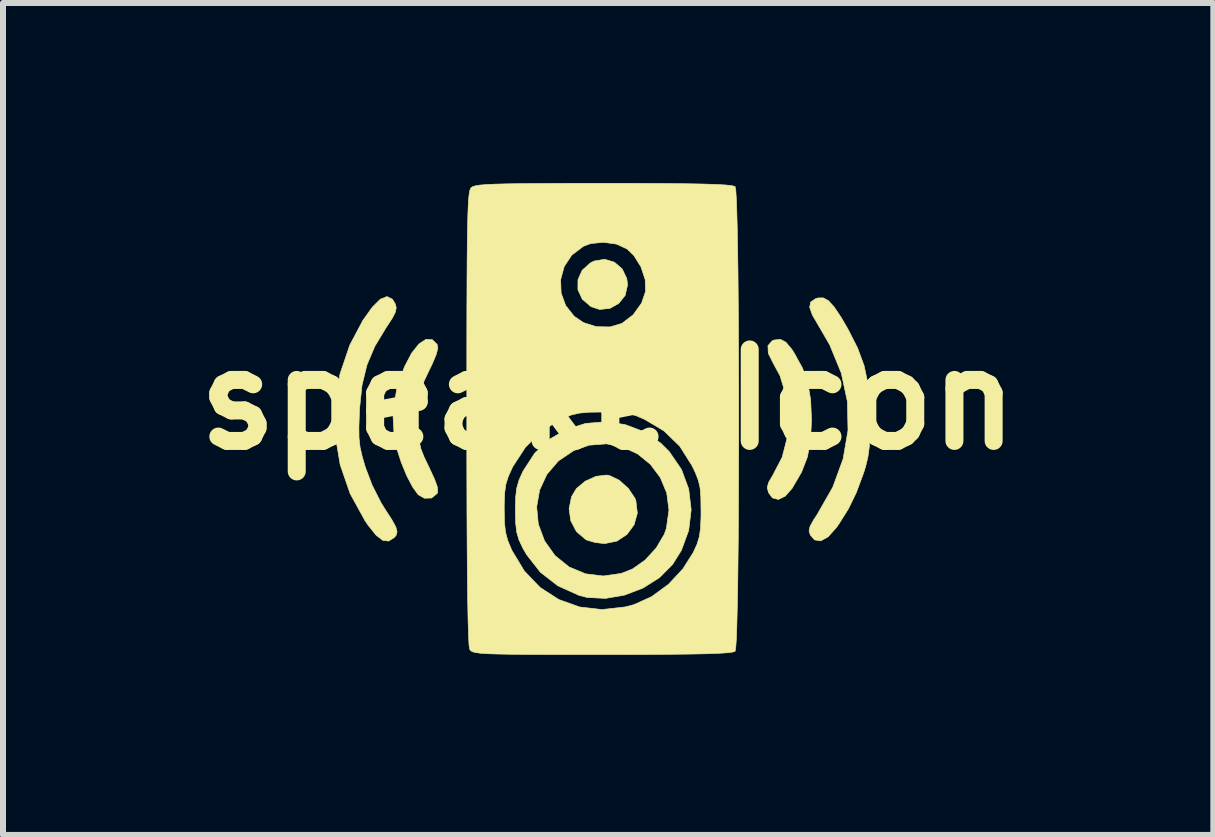
<source format=kicad_pcb>
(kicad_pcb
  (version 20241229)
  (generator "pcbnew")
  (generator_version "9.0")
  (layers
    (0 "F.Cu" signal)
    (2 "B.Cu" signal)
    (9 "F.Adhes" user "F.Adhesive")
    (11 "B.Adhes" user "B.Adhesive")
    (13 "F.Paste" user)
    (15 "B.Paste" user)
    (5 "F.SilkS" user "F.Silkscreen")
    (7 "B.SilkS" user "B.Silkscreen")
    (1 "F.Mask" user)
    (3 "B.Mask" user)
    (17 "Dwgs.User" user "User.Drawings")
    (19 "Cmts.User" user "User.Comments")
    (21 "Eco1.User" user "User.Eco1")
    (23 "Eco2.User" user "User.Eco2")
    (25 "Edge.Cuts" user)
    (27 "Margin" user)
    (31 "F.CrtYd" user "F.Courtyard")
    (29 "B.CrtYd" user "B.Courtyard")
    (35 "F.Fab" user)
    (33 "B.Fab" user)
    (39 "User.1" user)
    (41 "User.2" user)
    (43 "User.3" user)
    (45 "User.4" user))
  (footprint "speakerIcon"
    (layer "F.Cu")
    (at 7.083 3.607)
    (property "Reference" "speakerIcon" (at 0 0 0) (layer "F.SilkS") (effects (font (size 1.524 1.524) (thickness 0.3))))
    (attr through_hole)
    (fp_poly (pts (xy 0.104 -2.288) (xy 0.234 -2.176) (xy 0.311 -2.015) (xy 0.323 -1.909) (xy 0.283 -1.735) (xy 0.176 -1.601) (xy 0.027 -1.518) (xy -0.144 -1.501) (xy -0.287 -1.548) (xy -0.432 -1.673) (xy -0.504 -1.83) (xy -0.503 -1.998) (xy -0.433 -2.154) (xy -0.294 -2.278) (xy -0.233 -2.308) (xy -0.058 -2.337) (xy 0.104 -2.288)) (stroke (width 0.01) (type solid)) (fill yes) (layer "F.SilkS"))
    (fp_poly (pts (xy 0.022 1.266) (xy 0.184 1.344) (xy 0.336 1.481) (xy 0.445 1.643) (xy 0.462 1.687) (xy 0.486 1.893) (xy 0.432 2.086) (xy 0.314 2.247) (xy 0.147 2.358) (xy -0.057 2.4) (xy -0.061 2.4) (xy -0.217 2.382) (xy -0.354 2.342) (xy -0.374 2.332) (xy -0.529 2.2) (xy -0.623 2.02) (xy -0.651 1.818) (xy -0.61 1.618) (xy -0.53 1.484) (xy -0.382 1.36) (xy -0.204 1.28) (xy -0.029 1.258) (xy 0.022 1.266)) (stroke (width 0.01) (type solid)) (fill yes) (layer "F.SilkS"))
    (fp_poly (pts (xy 2.961 -0.955) (xy 3.059 -0.838) (xy 3.101 -0.773) (xy 3.239 -0.521) (xy 3.327 -0.271) (xy 3.374 0.007) (xy 3.388 0.343) (xy 3.388 0.346) (xy 3.372 0.679) (xy 3.32 0.955) (xy 3.223 1.208) (xy 3.071 1.469) (xy 3.066 1.478) (xy 2.95 1.61) (xy 2.836 1.665) (xy 2.736 1.638) (xy 2.673 1.553) (xy 2.65 1.469) (xy 2.673 1.381) (xy 2.741 1.265) (xy 2.899 0.962) (xy 2.983 0.635) (xy 3.002 0.348) (xy 2.968 -0.052) (xy 2.863 -0.397) (xy 2.749 -0.607) (xy 2.668 -0.771) (xy 2.662 -0.897) (xy 2.733 -0.978) (xy 2.767 -0.992) (xy 2.87 -1.003) (xy 2.961 -0.955)) (stroke (width 0.01) (type solid)) (fill yes) (layer "F.SilkS"))
    (fp_poly (pts (xy -2.931 -0.998) (xy -2.85 -0.92) (xy -2.838 -0.857) (xy -2.865 -0.751) (xy -2.933 -0.589) (xy -2.984 -0.484) (xy -3.068 -0.307) (xy -3.121 -0.171) (xy -3.15 -0.043) (xy -3.161 0.112) (xy -3.163 0.323) (xy -3.161 0.536) (xy -3.149 0.691) (xy -3.121 0.819) (xy -3.068 0.955) (xy -2.984 1.13) (xy -2.893 1.326) (xy -2.846 1.458) (xy -2.84 1.541) (xy -2.85 1.566) (xy -2.943 1.641) (xy -3.063 1.644) (xy -3.165 1.585) (xy -3.257 1.459) (xy -3.356 1.27) (xy -3.448 1.046) (xy -3.523 0.814) (xy -3.565 0.627) (xy -3.587 0.222) (xy -3.52 -0.193) (xy -3.393 -0.548) (xy -3.274 -0.774) (xy -3.152 -0.927) (xy -3.036 -1.003) (xy -2.931 -0.998)) (stroke (width 0.01) (type solid)) (fill yes) (layer "F.SilkS"))
    (fp_poly (pts (xy 3.669 -1.648) (xy 3.765 -1.543) (xy 3.88 -1.372) (xy 3.993 -1.178) (xy 4.154 -0.862) (xy 4.264 -0.565) (xy 4.33 -0.255) (xy 4.36 0.097) (xy 4.364 0.323) (xy 4.361 0.592) (xy 4.35 0.796) (xy 4.327 0.961) (xy 4.29 1.115) (xy 4.257 1.221) (xy 4.135 1.549) (xy 4.003 1.821) (xy 3.843 2.076) (xy 3.8 2.136) (xy 3.665 2.287) (xy 3.542 2.355) (xy 3.438 2.338) (xy 3.369 2.258) (xy 3.347 2.191) (xy 3.363 2.115) (xy 3.424 2.004) (xy 3.478 1.923) (xy 3.742 1.461) (xy 3.915 0.989) (xy 3.996 0.513) (xy 3.986 0.034) (xy 3.884 -0.442) (xy 3.691 -0.912) (xy 3.514 -1.217) (xy 3.404 -1.405) (xy 3.357 -1.537) (xy 3.375 -1.625) (xy 3.455 -1.68) (xy 3.5 -1.693) (xy 3.584 -1.694) (xy 3.669 -1.648)) (stroke (width 0.01) (type solid)) (fill yes) (layer "F.SilkS"))
    (fp_poly (pts (xy -3.595 -1.672) (xy -3.55 -1.599) (xy -3.531 -1.533) (xy -3.544 -1.459) (xy -3.596 -1.357) (xy -3.696 -1.204) (xy -3.698 -1.202) (xy -3.888 -0.887) (xy -4.019 -0.577) (xy -4.101 -0.241) (xy -4.142 0.149) (xy -4.145 0.218) (xy -4.153 0.46) (xy -4.151 0.641) (xy -4.134 0.793) (xy -4.099 0.947) (xy -4.046 1.128) (xy -3.932 1.428) (xy -3.786 1.716) (xy -3.717 1.828) (xy -3.603 2.004) (xy -3.538 2.123) (xy -3.517 2.203) (xy -3.533 2.262) (xy -3.565 2.3) (xy -3.657 2.358) (xy -3.754 2.347) (xy -3.866 2.261) (xy -3.999 2.095) (xy -4.051 2.019) (xy -4.299 1.568) (xy -4.465 1.086) (xy -4.549 0.586) (xy -4.55 0.079) (xy -4.469 -0.423) (xy -4.305 -0.907) (xy -4.088 -1.317) (xy -3.93 -1.539) (xy -3.796 -1.672) (xy -3.685 -1.716) (xy -3.595 -1.672)) (stroke (width 0.01) (type solid)) (fill yes) (layer "F.SilkS"))
    (fp_poly (pts (xy 0.279 0.416) (xy 0.592 0.534) (xy 0.878 0.728) (xy 1.019 0.869) (xy 1.221 1.164) (xy 1.342 1.491) (xy 1.383 1.835) (xy 1.342 2.18) (xy 1.22 2.513) (xy 1.073 2.748) (xy 0.854 2.968) (xy 0.58 3.141) (xy 0.274 3.258) (xy -0.043 3.313) (xy -0.349 3.298) (xy -0.485 3.263) (xy -0.839 3.103) (xy -1.13 2.877) (xy -1.362 2.58) (xy -1.424 2.471) (xy -1.487 2.336) (xy -1.524 2.208) (xy -1.542 2.054) (xy -1.546 1.847) (xy -1.545 1.788) (xy -1.191 1.788) (xy -1.164 2.076) (xy -1.06 2.355) (xy -0.884 2.602) (xy -0.65 2.79) (xy -0.375 2.904) (xy -0.08 2.94) (xy 0.218 2.897) (xy 0.405 2.823) (xy 0.616 2.675) (xy 0.801 2.472) (xy 0.935 2.245) (xy 0.97 2.146) (xy 1.013 1.842) (xy 0.976 1.557) (xy 0.869 1.3) (xy 0.704 1.08) (xy 0.492 0.907) (xy 0.244 0.79) (xy -0.029 0.738) (xy -0.315 0.76) (xy -0.573 0.85) (xy -0.83 1.023) (xy -1.021 1.247) (xy -1.142 1.507) (xy -1.191 1.788) (xy -1.545 1.788) (xy -1.542 1.634) (xy -1.524 1.477) (xy -1.485 1.341) (xy -1.417 1.191) (xy -1.224 0.894) (xy -0.977 0.661) (xy -0.69 0.496) (xy -0.376 0.398) (xy -0.048 0.371) (xy 0.279 0.416)) (stroke (width 0.01) (type solid)) (fill yes) (layer "F.SilkS"))
    (fp_poly (pts (xy 0.461 -3.602) (xy 0.91 -3.6) (xy 1.278 -3.596) (xy 1.572 -3.591) (xy 1.796 -3.584) (xy 1.956 -3.575) (xy 2.059 -3.564) (xy 2.11 -3.551) (xy 2.115 -3.547) (xy 2.126 -3.491) (xy 2.135 -3.351) (xy 2.143 -3.136) (xy 2.151 -2.854) (xy 2.157 -2.512) (xy 2.163 -2.12) (xy 2.167 -1.686) (xy 2.171 -1.218) (xy 2.173 -0.725) (xy 2.175 -0.215) (xy 2.175 0.304) (xy 2.175 0.824) (xy 2.173 1.335) (xy 2.171 1.83) (xy 2.168 2.3) (xy 2.163 2.737) (xy 2.158 3.132) (xy 2.151 3.477) (xy 2.144 3.764) (xy 2.136 3.985) (xy 2.126 4.13) (xy 2.116 4.192) (xy 2.115 4.193) (xy 2.077 4.207) (xy 1.988 4.219) (xy 1.843 4.228) (xy 1.637 4.236) (xy 1.362 4.241) (xy 1.015 4.245) (xy 0.588 4.248) (xy 0.076 4.249) (xy -0.1 4.249) (xy -0.603 4.249) (xy -1.021 4.248) (xy -1.363 4.247) (xy -1.636 4.244) (xy -1.849 4.24) (xy -2.009 4.235) (xy -2.125 4.227) (xy -2.204 4.217) (xy -2.255 4.204) (xy -2.285 4.188) (xy -2.302 4.169) (xy -2.307 4.159) (xy -2.318 4.093) (xy -2.326 3.935) (xy -2.334 3.684) (xy -2.341 3.341) (xy -2.346 2.907) (xy -2.35 2.38) (xy -2.353 1.824) (xy -1.732 1.824) (xy -1.728 2.044) (xy -1.711 2.205) (xy -1.675 2.344) (xy -1.613 2.493) (xy -1.602 2.517) (xy -1.396 2.858) (xy -1.133 3.132) (xy -0.823 3.332) (xy -0.476 3.456) (xy -0.103 3.499) (xy 0.286 3.455) (xy 0.433 3.416) (xy 0.726 3.283) (xy 1.004 3.079) (xy 1.244 2.823) (xy 1.418 2.548) (xy 1.481 2.41) (xy 1.519 2.285) (xy 1.539 2.144) (xy 1.547 1.955) (xy 1.547 1.846) (xy 1.544 1.63) (xy 1.532 1.474) (xy 1.503 1.346) (xy 1.451 1.214) (xy 1.397 1.101) (xy 1.193 0.778) (xy 0.929 0.522) (xy 0.606 0.33) (xy 0.464 0.269) (xy 0.333 0.233) (xy 0.181 0.214) (xy -0.024 0.208) (xy -0.092 0.208) (xy -0.316 0.211) (xy -0.479 0.226) (xy -0.613 0.257) (xy -0.749 0.31) (xy -0.794 0.331) (xy -1.107 0.526) (xy -1.377 0.793) (xy -1.586 1.113) (xy -1.597 1.134) (xy -1.664 1.283) (xy -1.705 1.413) (xy -1.725 1.559) (xy -1.732 1.754) (xy -1.732 1.824) (xy -2.353 1.824) (xy -2.353 1.761) (xy -2.355 1.051) (xy -2.355 0.307) (xy -2.355 -0.377) (xy -2.355 -0.973) (xy -2.354 -1.489) (xy -2.352 -1.931) (xy -2.352 -1.999) (xy -0.792 -1.999) (xy -0.784 -1.776) (xy -0.708 -1.566) (xy -0.565 -1.386) (xy -0.412 -1.282) (xy -0.197 -1.214) (xy 0.031 -1.21) (xy 0.228 -1.268) (xy 0.416 -1.411) (xy 0.557 -1.607) (xy 0.623 -1.801) (xy 0.617 -1.998) (xy 0.547 -2.209) (xy 0.429 -2.399) (xy 0.315 -2.509) (xy 0.139 -2.59) (xy -0.077 -2.62) (xy -0.291 -2.599) (xy -0.412 -2.554) (xy -0.607 -2.406) (xy -0.733 -2.215) (xy -0.792 -1.999) (xy -2.352 -1.999) (xy -2.35 -2.303) (xy -2.347 -2.613) (xy -2.343 -2.866) (xy -2.338 -3.067) (xy -2.332 -3.223) (xy -2.325 -3.34) (xy -2.316 -3.423) (xy -2.306 -3.479) (xy -2.294 -3.513) (xy -2.283 -3.53) (xy -2.257 -3.547) (xy -2.212 -3.561) (xy -2.139 -3.573) (xy -2.032 -3.582) (xy -1.881 -3.589) (xy -1.68 -3.594) (xy -1.419 -3.598) (xy -1.092 -3.6) (xy -0.69 -3.602) (xy -0.206 -3.602) (xy -0.075 -3.602) (xy 0.461 -3.602)) (stroke (width 0.01) (type solid)) (fill yes) (layer "F.SilkS")))
  (gr_rect
    (start -3 -3)
    (end 17.166 10.861)
    (stroke (width 0.1) (type default))
    (fill no)
    (layer "Edge.Cuts")))
</source>
